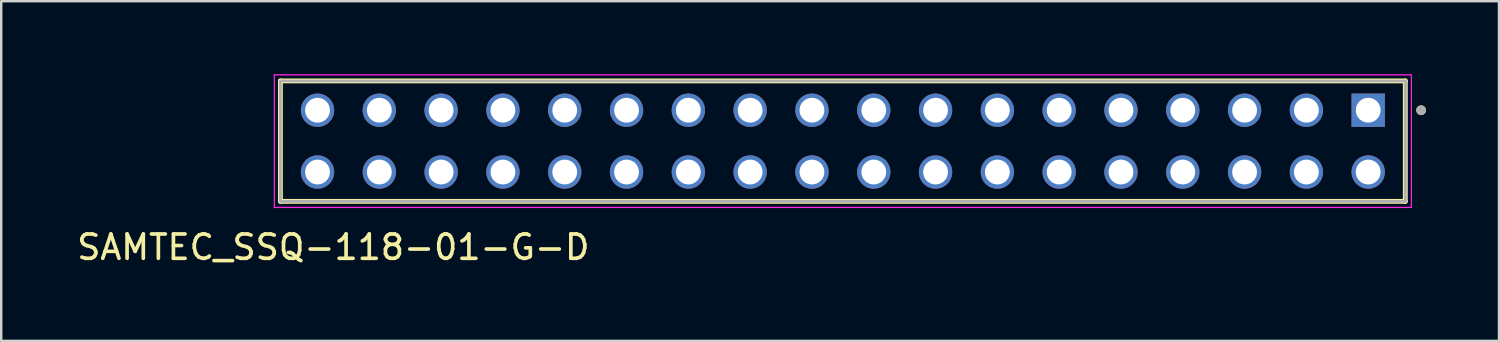
<source format=kicad_pcb>
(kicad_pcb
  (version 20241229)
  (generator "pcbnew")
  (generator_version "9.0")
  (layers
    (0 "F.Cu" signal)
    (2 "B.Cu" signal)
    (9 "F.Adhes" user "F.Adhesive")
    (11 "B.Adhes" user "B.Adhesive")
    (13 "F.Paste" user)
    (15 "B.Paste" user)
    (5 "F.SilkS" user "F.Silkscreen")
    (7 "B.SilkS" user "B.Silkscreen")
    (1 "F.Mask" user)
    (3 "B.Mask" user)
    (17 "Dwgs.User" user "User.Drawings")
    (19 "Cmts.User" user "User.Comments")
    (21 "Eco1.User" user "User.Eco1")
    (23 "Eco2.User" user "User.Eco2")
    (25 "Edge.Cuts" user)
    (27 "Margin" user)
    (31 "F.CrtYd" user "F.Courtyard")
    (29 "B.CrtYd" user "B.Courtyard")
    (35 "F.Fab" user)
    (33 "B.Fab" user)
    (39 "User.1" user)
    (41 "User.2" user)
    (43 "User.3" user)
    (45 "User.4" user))
  (footprint "SAMTEC_SSQ-118-01-G-D"
    (layer "F.Cu")
    (at 31.589 2.75)
    (property "Reference" "SAMTEC_SSQ-118-01-G-D" (at -20.94 4.36 0) (layer "F.SilkS") (effects (font (size 1 1) (thickness 0.15))))
    (attr through_hole)
    (fp_line (start -23.115 -2.475) (end -23.115 2.475) (stroke (width 0.2) (type solid)) (layer "F.SilkS"))
    (fp_line (start 23.115 -2.475) (end -23.115 -2.475) (stroke (width 0.2) (type solid)) (layer "F.SilkS"))
    (fp_line (start 23.115 2.475) (end -23.115 2.475) (stroke (width 0.2) (type solid)) (layer "F.SilkS"))
    (fp_line (start 23.115 2.475) (end 23.115 -2.475) (stroke (width 0.2) (type solid)) (layer "F.SilkS"))
    (fp_circle (center 23.765 -1.27) (end 23.865 -1.27) (stroke (width 0.2) (type solid)) (fill no) (layer "F.SilkS"))
    (fp_line (start -23.365 -2.725) (end -23.365 2.725) (stroke (width 0.05) (type solid)) (layer "F.CrtYd"))
    (fp_line (start -23.365 2.725) (end 23.365 2.725) (stroke (width 0.05) (type solid)) (layer "F.CrtYd"))
    (fp_line (start 23.365 -2.725) (end -23.365 -2.725) (stroke (width 0.05) (type solid)) (layer "F.CrtYd"))
    (fp_line (start 23.365 2.725) (end 23.365 -2.725) (stroke (width 0.05) (type solid)) (layer "F.CrtYd"))
    (fp_line (start -23.115 -2.475) (end -23.115 2.475) (stroke (width 0.1) (type solid)) (layer "F.Fab"))
    (fp_line (start -23.115 -2.475) (end -23.115 2.475) (stroke (width 0.1) (type solid)) (layer "F.Fab"))
    (fp_line (start -23.115 2.475) (end 23.115 2.475) (stroke (width 0.1) (type solid)) (layer "F.Fab"))
    (fp_line (start -23.115 2.475) (end 23.115 2.475) (stroke (width 0.1) (type solid)) (layer "F.Fab"))
    (fp_line (start 23.115 -2.475) (end -23.115 -2.475) (stroke (width 0.1) (type solid)) (layer "F.Fab"))
    (fp_line (start 23.115 2.475) (end 23.115 -2.475) (stroke (width 0.1) (type solid)) (layer "F.Fab"))
    (fp_line (start 23.115 2.475) (end 23.115 -2.475) (stroke (width 0.1) (type solid)) (layer "F.Fab"))
    (fp_circle (center 23.765 -1.27) (end 23.865 -1.27) (stroke (width 0.2) (type solid)) (fill no) (layer "F.Fab"))
    (pad "01" thru_hole rect (at 21.59 -1.27) (size 1.37 1.37) (drill 1.02) (layers "*.Cu" "*.Mask"))
    (pad "02" thru_hole circle (at 21.59 1.27) (size 1.37 1.37) (drill 1.02) (layers "*.Cu" "*.Mask"))
    (pad "03" thru_hole circle (at 19.05 -1.27) (size 1.37 1.37) (drill 1.02) (layers "*.Cu" "*.Mask"))
    (pad "04" thru_hole circle (at 19.05 1.27) (size 1.37 1.37) (drill 1.02) (layers "*.Cu" "*.Mask"))
    (pad "05" thru_hole circle (at 16.51 -1.27) (size 1.37 1.37) (drill 1.02) (layers "*.Cu" "*.Mask"))
    (pad "06" thru_hole circle (at 16.51 1.27) (size 1.37 1.37) (drill 1.02) (layers "*.Cu" "*.Mask"))
    (pad "07" thru_hole circle (at 13.97 -1.27) (size 1.37 1.37) (drill 1.02) (layers "*.Cu" "*.Mask"))
    (pad "08" thru_hole circle (at 13.97 1.27) (size 1.37 1.37) (drill 1.02) (layers "*.Cu" "*.Mask"))
    (pad "09" thru_hole circle (at 11.43 -1.27) (size 1.37 1.37) (drill 1.02) (layers "*.Cu" "*.Mask"))
    (pad "10" thru_hole circle (at 11.43 1.27) (size 1.37 1.37) (drill 1.02) (layers "*.Cu" "*.Mask"))
    (pad "11" thru_hole circle (at 8.89 -1.27) (size 1.37 1.37) (drill 1.02) (layers "*.Cu" "*.Mask"))
    (pad "12" thru_hole circle (at 8.89 1.27) (size 1.37 1.37) (drill 1.02) (layers "*.Cu" "*.Mask"))
    (pad "13" thru_hole circle (at 6.35 -1.27) (size 1.37 1.37) (drill 1.02) (layers "*.Cu" "*.Mask"))
    (pad "14" thru_hole circle (at 6.35 1.27) (size 1.37 1.37) (drill 1.02) (layers "*.Cu" "*.Mask"))
    (pad "15" thru_hole circle (at 3.81 -1.27) (size 1.37 1.37) (drill 1.02) (layers "*.Cu" "*.Mask"))
    (pad "16" thru_hole circle (at 3.81 1.27) (size 1.37 1.37) (drill 1.02) (layers "*.Cu" "*.Mask"))
    (pad "17" thru_hole circle (at 1.27 -1.27) (size 1.37 1.37) (drill 1.02) (layers "*.Cu" "*.Mask"))
    (pad "18" thru_hole circle (at 1.27 1.27) (size 1.37 1.37) (drill 1.02) (layers "*.Cu" "*.Mask"))
    (pad "19" thru_hole circle (at -1.27 -1.27) (size 1.37 1.37) (drill 1.02) (layers "*.Cu" "*.Mask"))
    (pad "20" thru_hole circle (at -1.27 1.27) (size 1.37 1.37) (drill 1.02) (layers "*.Cu" "*.Mask"))
    (pad "21" thru_hole circle (at -3.81 -1.27) (size 1.37 1.37) (drill 1.02) (layers "*.Cu" "*.Mask"))
    (pad "22" thru_hole circle (at -3.81 1.27) (size 1.37 1.37) (drill 1.02) (layers "*.Cu" "*.Mask"))
    (pad "23" thru_hole circle (at -6.35 -1.27) (size 1.37 1.37) (drill 1.02) (layers "*.Cu" "*.Mask"))
    (pad "24" thru_hole circle (at -6.35 1.27) (size 1.37 1.37) (drill 1.02) (layers "*.Cu" "*.Mask"))
    (pad "25" thru_hole circle (at -8.89 -1.27) (size 1.37 1.37) (drill 1.02) (layers "*.Cu" "*.Mask"))
    (pad "26" thru_hole circle (at -8.89 1.27) (size 1.37 1.37) (drill 1.02) (layers "*.Cu" "*.Mask"))
    (pad "27" thru_hole circle (at -11.43 -1.27) (size 1.37 1.37) (drill 1.02) (layers "*.Cu" "*.Mask"))
    (pad "28" thru_hole circle (at -11.43 1.27) (size 1.37 1.37) (drill 1.02) (layers "*.Cu" "*.Mask"))
    (pad "29" thru_hole circle (at -13.97 -1.27) (size 1.37 1.37) (drill 1.02) (layers "*.Cu" "*.Mask"))
    (pad "30" thru_hole circle (at -13.97 1.27) (size 1.37 1.37) (drill 1.02) (layers "*.Cu" "*.Mask"))
    (pad "31" thru_hole circle (at -16.51 -1.27) (size 1.37 1.37) (drill 1.02) (layers "*.Cu" "*.Mask"))
    (pad "32" thru_hole circle (at -16.51 1.27) (size 1.37 1.37) (drill 1.02) (layers "*.Cu" "*.Mask"))
    (pad "33" thru_hole circle (at -19.05 -1.27) (size 1.37 1.37) (drill 1.02) (layers "*.Cu" "*.Mask"))
    (pad "34" thru_hole circle (at -19.05 1.27) (size 1.37 1.37) (drill 1.02) (layers "*.Cu" "*.Mask"))
    (pad "35" thru_hole circle (at -21.59 -1.27) (size 1.37 1.37) (drill 1.02) (layers "*.Cu" "*.Mask"))
    (pad "36" thru_hole circle (at -21.59 1.27) (size 1.37 1.37) (drill 1.02) (layers "*.Cu" "*.Mask")))
  (gr_rect
    (start -3 -3)
    (end 58.554 10.958)
    (stroke (width 0.1) (type default))
    (fill no)
    (layer "Edge.Cuts")))
</source>
